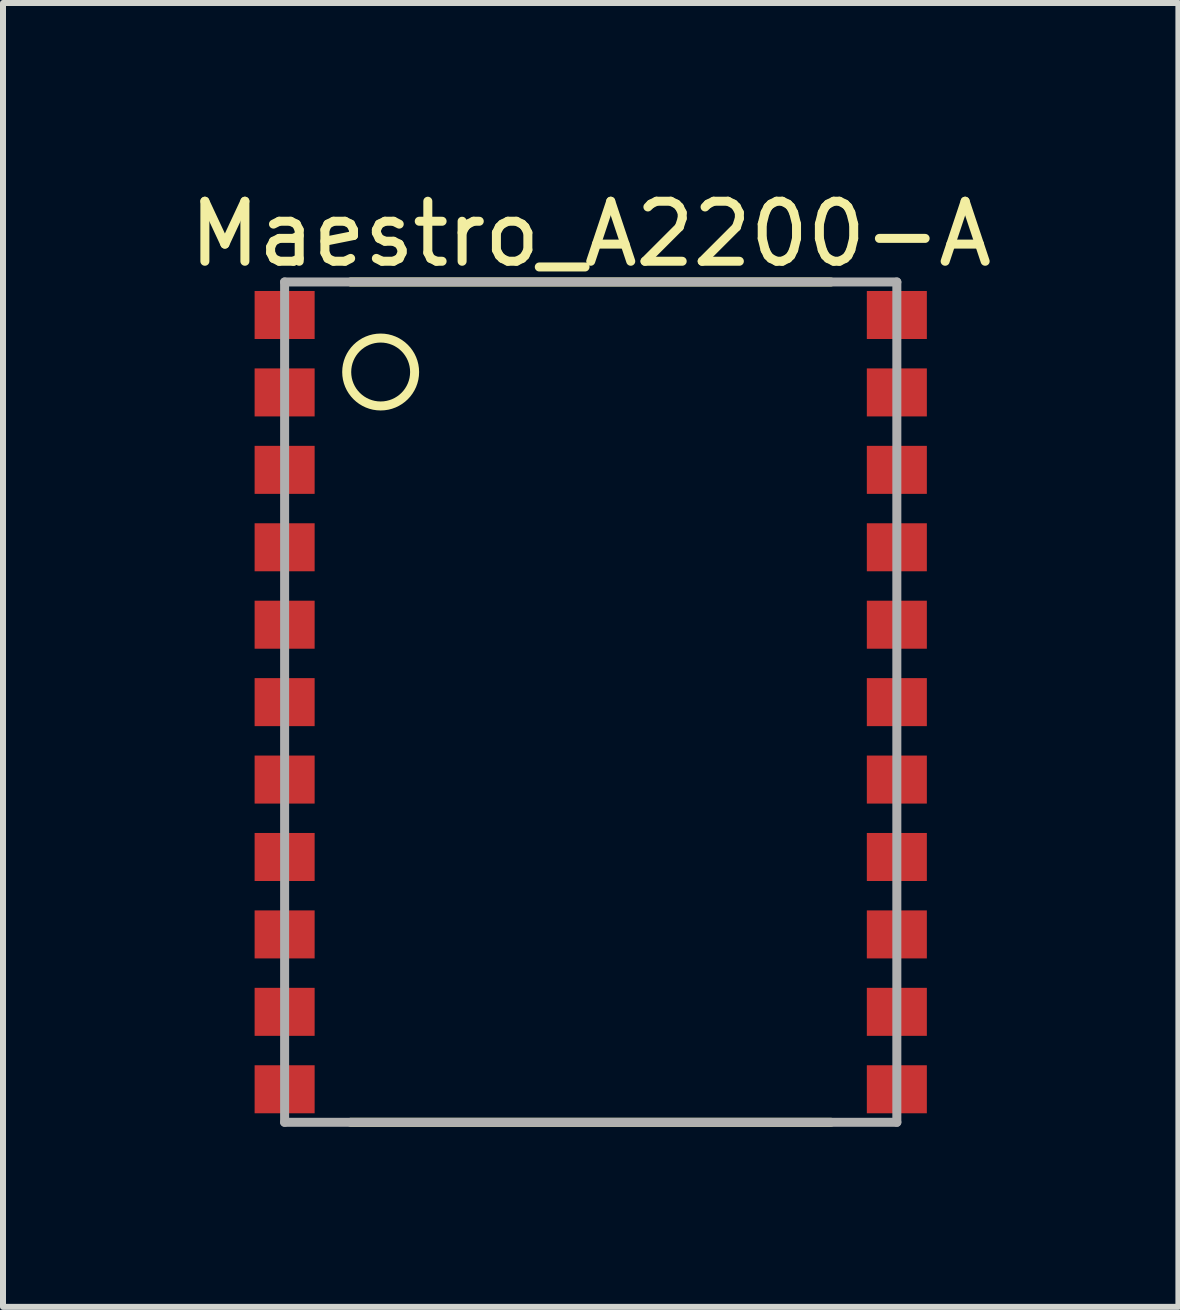
<source format=kicad_pcb>
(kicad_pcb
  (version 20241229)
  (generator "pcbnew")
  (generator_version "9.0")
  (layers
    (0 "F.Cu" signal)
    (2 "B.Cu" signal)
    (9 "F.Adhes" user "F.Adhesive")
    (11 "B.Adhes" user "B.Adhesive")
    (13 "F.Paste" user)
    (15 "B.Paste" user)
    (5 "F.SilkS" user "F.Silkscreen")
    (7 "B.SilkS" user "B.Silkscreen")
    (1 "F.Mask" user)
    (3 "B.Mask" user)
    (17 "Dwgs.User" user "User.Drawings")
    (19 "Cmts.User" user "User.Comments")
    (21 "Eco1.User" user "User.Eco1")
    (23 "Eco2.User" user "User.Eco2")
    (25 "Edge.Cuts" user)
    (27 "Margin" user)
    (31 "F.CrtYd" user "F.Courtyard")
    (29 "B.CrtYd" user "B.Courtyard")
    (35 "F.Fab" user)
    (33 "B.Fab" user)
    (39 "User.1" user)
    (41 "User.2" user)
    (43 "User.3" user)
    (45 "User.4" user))
  (footprint "Maestro_A2200-A"
    (layer "F.Cu")
    (at 6.792 8.648)
    (property "Reference" "Maestro_A2200-A" (at 0 -7.8 180) (layer "F.SilkS") (effects (font (size 1 1) (thickness 0.15))))
    (attr through_hole)
    (fp_line (start -4 -7) (end 4 -7) (stroke (width 0.15) (type solid)) (layer "F.SilkS"))
    (fp_line (start 4 7) (end -4 7) (stroke (width 0.15) (type solid)) (layer "F.SilkS"))
    (fp_circle (center -3.5 -5.5) (end -3.1 -5.1) (stroke (width 0.15) (type solid)) (fill no) (layer "F.SilkS"))
    (fp_line (start -5.1 -7) (end -5.1 7) (stroke (width 0.15) (type solid)) (layer "F.Fab"))
    (fp_line (start -5.1 -7) (end 5.1 -7) (stroke (width 0.15) (type solid)) (layer "F.Fab"))
    (fp_line (start -5.1 7) (end 5.1 7) (stroke (width 0.15) (type solid)) (layer "F.Fab"))
    (fp_line (start 5.1 -7) (end 5.1 7) (stroke (width 0.15) (type solid)) (layer "F.Fab"))
    (pad "1" smd rect (at -5.1 -6.45) (size 1 0.8) (layers "F.Cu" "F.Mask" "F.Paste"))
    (pad "2" smd rect (at -5.1 -5.16) (size 1 0.8) (layers "F.Cu" "F.Mask" "F.Paste"))
    (pad "3" smd rect (at -5.1 -3.87) (size 1 0.8) (layers "F.Cu" "F.Mask" "F.Paste"))
    (pad "4" smd rect (at -5.1 -2.58) (size 1 0.8) (layers "F.Cu" "F.Mask" "F.Paste"))
    (pad "5" smd rect (at -5.1 -1.29) (size 1 0.8) (layers "F.Cu" "F.Mask" "F.Paste"))
    (pad "6" smd rect (at -5.1 0) (size 1 0.8) (layers "F.Cu" "F.Mask" "F.Paste"))
    (pad "7" smd rect (at -5.1 1.29) (size 1 0.8) (layers "F.Cu" "F.Mask" "F.Paste"))
    (pad "8" smd rect (at -5.1 2.58) (size 1 0.8) (layers "F.Cu" "F.Mask" "F.Paste"))
    (pad "9" smd rect (at -5.1 3.87) (size 1 0.8) (layers "F.Cu" "F.Mask" "F.Paste"))
    (pad "10" smd rect (at -5.1 5.16) (size 1 0.8) (layers "F.Cu" "F.Mask" "F.Paste"))
    (pad "11" smd rect (at -5.1 6.45) (size 1 0.8) (layers "F.Cu" "F.Mask" "F.Paste"))
    (pad "12" smd rect (at 5.1 6.45) (size 1 0.8) (layers "F.Cu" "F.Mask" "F.Paste"))
    (pad "13" smd rect (at 5.1 5.16) (size 1 0.8) (layers "F.Cu" "F.Mask" "F.Paste"))
    (pad "14" smd rect (at 5.1 3.87) (size 1 0.8) (layers "F.Cu" "F.Mask" "F.Paste"))
    (pad "15" smd rect (at 5.1 2.58) (size 1 0.8) (layers "F.Cu" "F.Mask" "F.Paste"))
    (pad "16" smd rect (at 5.1 1.29) (size 1 0.8) (layers "F.Cu" "F.Mask" "F.Paste"))
    (pad "17" smd rect (at 5.1 0) (size 1 0.8) (layers "F.Cu" "F.Mask" "F.Paste"))
    (pad "18" smd rect (at 5.1 -1.29) (size 1 0.8) (layers "F.Cu" "F.Mask" "F.Paste"))
    (pad "19" smd rect (at 5.1 -2.58) (size 1 0.8) (layers "F.Cu" "F.Mask" "F.Paste"))
    (pad "20" smd rect (at 5.1 -3.87) (size 1 0.8) (layers "F.Cu" "F.Mask" "F.Paste"))
    (pad "21" smd rect (at 5.1 -5.16) (size 1 0.8) (layers "F.Cu" "F.Mask" "F.Paste"))
    (pad "22" smd rect (at 5.1 -6.45) (size 1 0.8) (layers "F.Cu" "F.Mask" "F.Paste")))
  (gr_rect
    (start -3 -3)
    (end 16.583 18.723)
    (stroke (width 0.1) (type default))
    (fill no)
    (layer "Edge.Cuts")))
</source>
